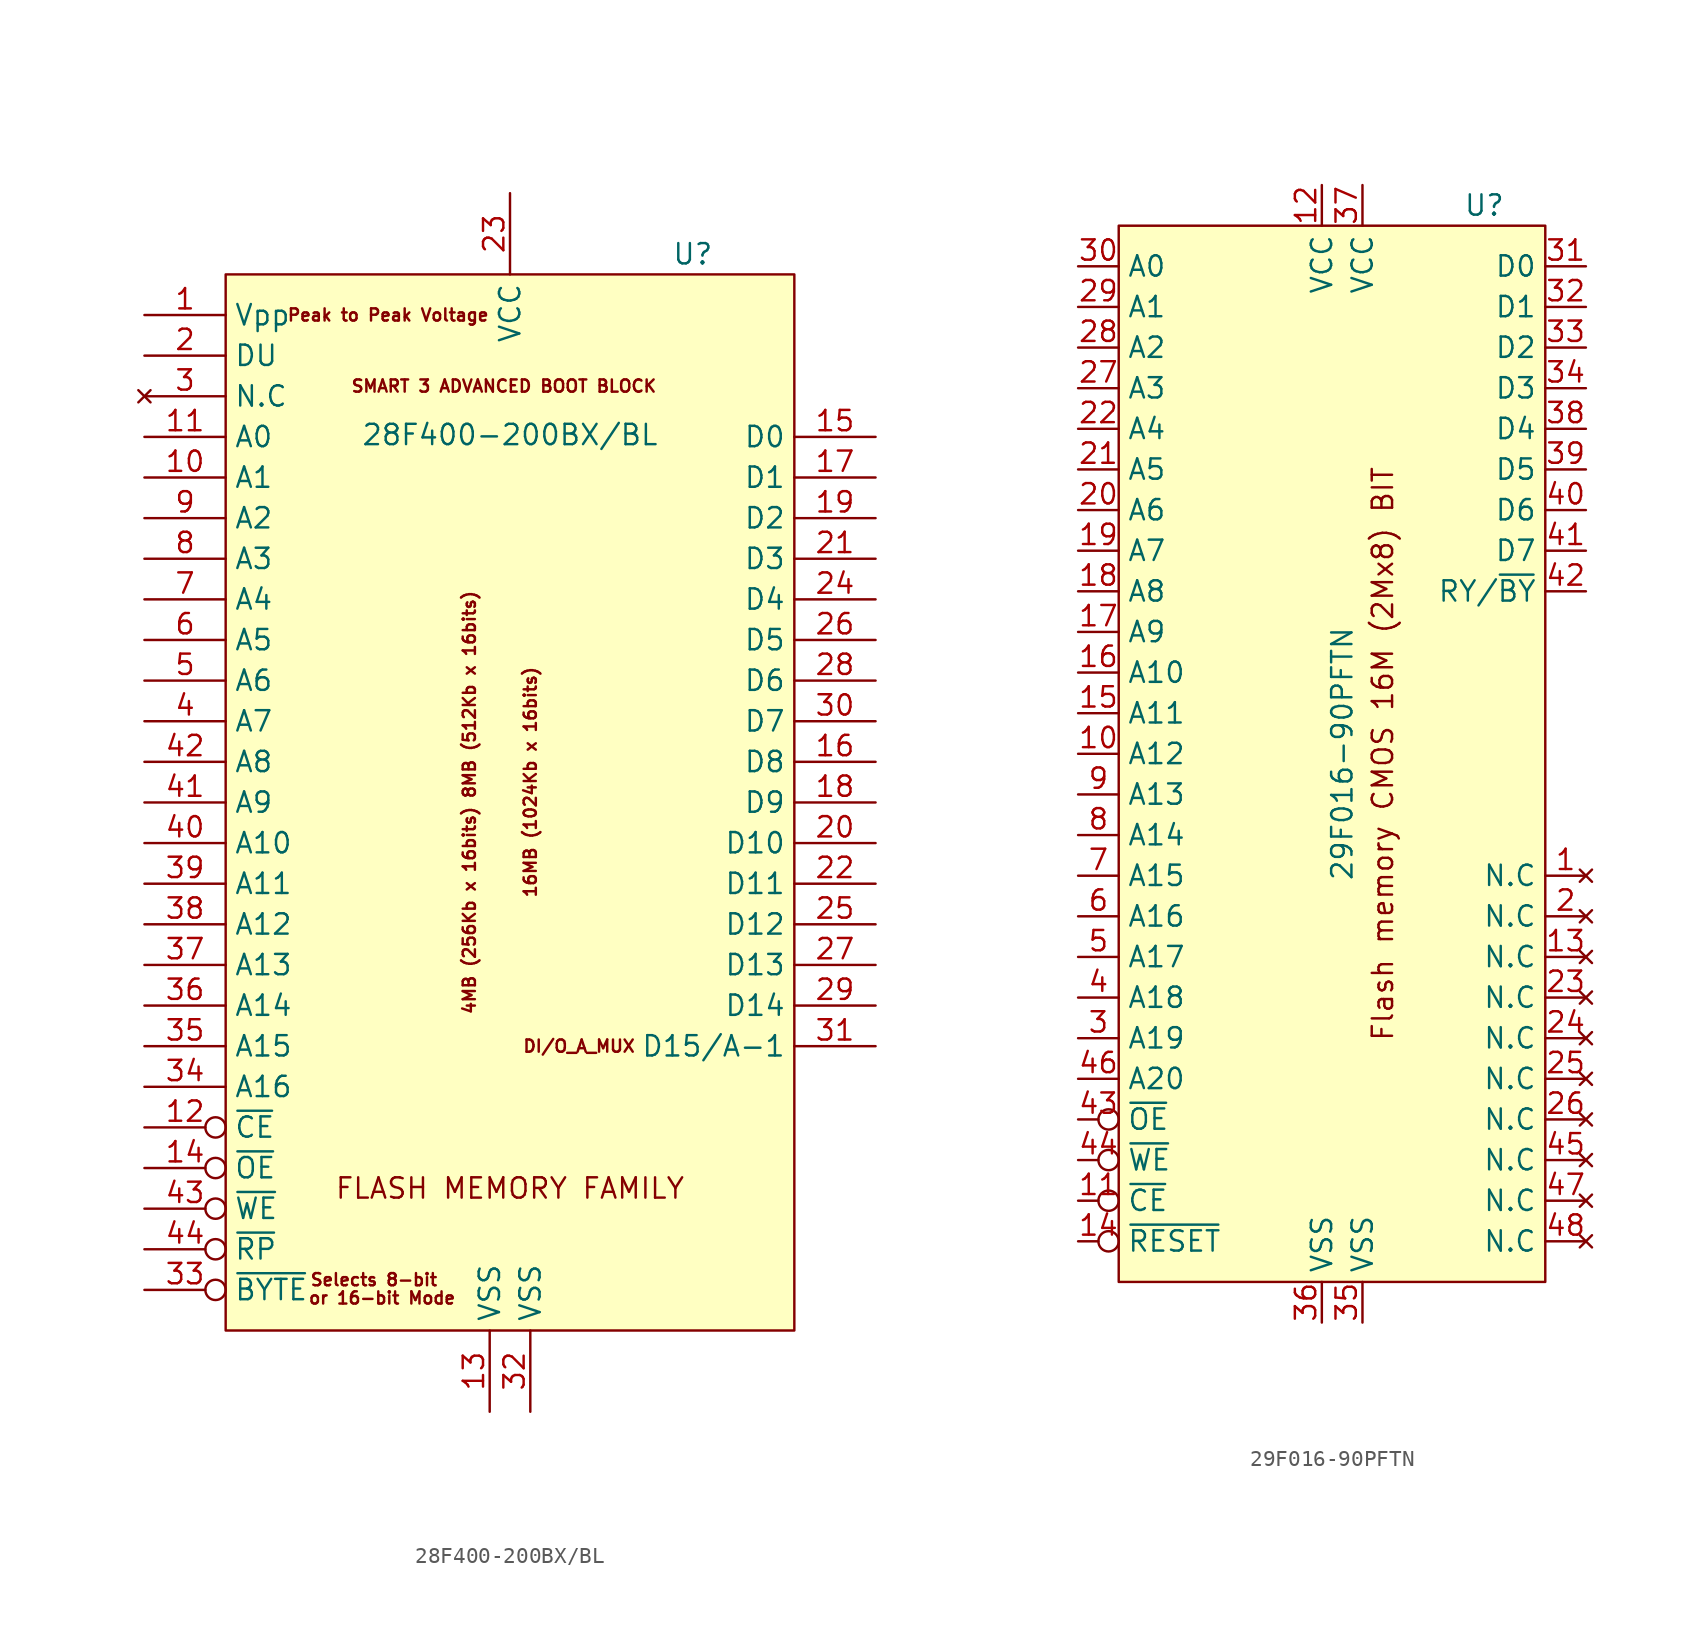
<source format=kicad_sym>
(kicad_symbol_lib
  (version 20231120)
  (generator "kicad_symbol_editor")
  (generator_version "8.0")
  (symbol "28F400-200BX/BL"
    (property "Reference" "U"
      (at 11.43 36.83 0)
      (effects (font (size 1.27 1.27))))
    (property "Value" "28F400-200BX{slash}BL"
      (at 0 25.527 0)
      (effects (font (size 1.27 1.27))))
    (symbol "28F400-200BX/BL_0_0"
      (rectangle (start -17.78 35.56) (end 17.78 -30.48) (stroke (width 0.152) (type default)) (fill (type background)))
      (text "16MB (1024Kb x 16bits)" (at 1.27 3.81 900) (effects (font (size 0.762 0.762))))
      (text "4MB (256Kb x 16bits) 8MB (512Kb x 16bits)" (at -2.54 2.54 900) (effects (font (size 0.762 0.762))))
      (text "DI/O_A_MUX" (at 4.318 -12.7 0) (effects (font (size 0.762 0.762))))
      (text "FLASH MEMORY FAMILY" (at 0 -21.59 0) (effects (font (size 1.27 1.27))))
      (text "or 16-bit Mode" (at -8.001 -28.448 0) (effects (font (size 0.762 0.762))))
      (text "Peak to Peak Voltage" (at -7.62 33.02 0) (effects (font (size 0.762 0.762))))
      (text "Selects 8-bit" (at -8.509 -27.305 0) (effects (font (size 0.762 0.762))))
      (text "SMART 3 ADVANCED BOOT BLOCK" (at -0.381 28.575 0) (effects (font (size 0.762 0.762)))))
    (symbol "28F400-200BX/BL_1_1"
      (pin power_in line (at -22.86 33.02 0) (length 5.08) (name "Vpp" (effects (font (size 1.27 1.27)))) (number "1" (effects (font (size 1.27 1.27)))))
      (pin input line (at -22.86 22.86 0) (length 5.08) (name "A1" (effects (font (size 1.27 1.27)))) (number "10" (effects (font (size 1.27 1.27)))))
      (pin input line (at -22.86 25.4 0) (length 5.08) (name "A0" (effects (font (size 1.27 1.27)))) (number "11" (effects (font (size 1.27 1.27)))))
      (pin input inverted (at -22.86 -17.78 0) (length 5.08) (name "~{CE}" (effects (font (size 1.27 1.27)))) (number "12" (effects (font (size 1.27 1.27)))))
      (pin power_in line (at -1.27 -35.56 90) (length 5.08) (name "VSS" (effects (font (size 1.27 1.27)))) (number "13" (effects (font (size 1.27 1.27)))))
      (pin input inverted (at -22.86 -20.32 0) (length 5.08) (name "~{OE}" (effects (font (size 1.27 1.27)))) (number "14" (effects (font (size 1.27 1.27)))))
      (pin output line (at 22.86 25.4 180) (length 5.08) (name "D0" (effects (font (size 1.27 1.27)))) (number "15" (effects (font (size 1.27 1.27)))))
      (pin output line (at 22.86 5.08 180) (length 5.08) (name "D8" (effects (font (size 1.27 1.27)))) (number "16" (effects (font (size 1.27 1.27)))))
      (pin output line (at 22.86 22.86 180) (length 5.08) (name "D1" (effects (font (size 1.27 1.27)))) (number "17" (effects (font (size 1.27 1.27)))))
      (pin output line (at 22.86 2.54 180) (length 5.08) (name "D9" (effects (font (size 1.27 1.27)))) (number "18" (effects (font (size 1.27 1.27)))))
      (pin output line (at 22.86 20.32 180) (length 5.08) (name "D2" (effects (font (size 1.27 1.27)))) (number "19" (effects (font (size 1.27 1.27)))))
      (pin input line (at -22.86 30.48 0) (length 5.08) (name "DU" (effects (font (size 1.27 1.27)))) (number "2" (effects (font (size 1.27 1.27)))))
      (pin output line (at 22.86 0 180) (length 5.08) (name "D10" (effects (font (size 1.27 1.27)))) (number "20" (effects (font (size 1.27 1.27)))))
      (pin output line (at 22.86 17.78 180) (length 5.08) (name "D3" (effects (font (size 1.27 1.27)))) (number "21" (effects (font (size 1.27 1.27)))))
      (pin output line (at 22.86 -2.54 180) (length 5.08) (name "D11" (effects (font (size 1.27 1.27)))) (number "22" (effects (font (size 1.27 1.27)))))
      (pin power_in line (at 0 40.64 270) (length 5.08) (name "VCC" (effects (font (size 1.27 1.27)))) (number "23" (effects (font (size 1.27 1.27)))))
      (pin output line (at 22.86 15.24 180) (length 5.08) (name "D4" (effects (font (size 1.27 1.27)))) (number "24" (effects (font (size 1.27 1.27)))))
      (pin output line (at 22.86 -5.08 180) (length 5.08) (name "D12" (effects (font (size 1.27 1.27)))) (number "25" (effects (font (size 1.27 1.27)))))
      (pin output line (at 22.86 12.7 180) (length 5.08) (name "D5" (effects (font (size 1.27 1.27)))) (number "26" (effects (font (size 1.27 1.27)))))
      (pin output line (at 22.86 -7.62 180) (length 5.08) (name "D13" (effects (font (size 1.27 1.27)))) (number "27" (effects (font (size 1.27 1.27)))))
      (pin output line (at 22.86 10.16 180) (length 5.08) (name "D6" (effects (font (size 1.27 1.27)))) (number "28" (effects (font (size 1.27 1.27)))))
      (pin output line (at 22.86 -10.16 180) (length 5.08) (name "D14" (effects (font (size 1.27 1.27)))) (number "29" (effects (font (size 1.27 1.27)))))
      (pin no_connect line (at -22.86 27.94 0) (length 5.08) (name "N.C" (effects (font (size 1.27 1.27)))) (number "3" (effects (font (size 1.27 1.27)))))
      (pin output line (at 22.86 7.62 180) (length 5.08) (name "D7" (effects (font (size 1.27 1.27)))) (number "30" (effects (font (size 1.27 1.27)))))
      (pin output line (at 22.86 -12.7 180) (length 5.08) (name "D15/A-1" (effects (font (size 1.27 1.27)))) (number "31" (effects (font (size 1.27 1.27)))))
      (pin power_in line (at 1.27 -35.56 90) (length 5.08) (name "VSS" (effects (font (size 1.27 1.27)))) (number "32" (effects (font (size 1.27 1.27)))))
      (pin input inverted (at -22.86 -27.94 0) (length 5.08) (name "~{BYTE}" (effects (font (size 1.27 1.27)))) (number "33" (effects (font (size 1.27 1.27)))))
      (pin input line (at -22.86 -15.24 0) (length 5.08) (name "A16" (effects (font (size 1.27 1.27)))) (number "34" (effects (font (size 1.27 1.27)))))
      (pin input line (at -22.86 -12.7 0) (length 5.08) (name "A15" (effects (font (size 1.27 1.27)))) (number "35" (effects (font (size 1.27 1.27)))))
      (pin input line (at -22.86 -10.16 0) (length 5.08) (name "A14" (effects (font (size 1.27 1.27)))) (number "36" (effects (font (size 1.27 1.27)))))
      (pin input line (at -22.86 -7.62 0) (length 5.08) (name "A13" (effects (font (size 1.27 1.27)))) (number "37" (effects (font (size 1.27 1.27)))))
      (pin input line (at -22.86 -5.08 0) (length 5.08) (name "A12" (effects (font (size 1.27 1.27)))) (number "38" (effects (font (size 1.27 1.27)))))
      (pin input line (at -22.86 -2.54 0) (length 5.08) (name "A11" (effects (font (size 1.27 1.27)))) (number "39" (effects (font (size 1.27 1.27)))))
      (pin input line (at -22.86 7.62 0) (length 5.08) (name "A7" (effects (font (size 1.27 1.27)))) (number "4" (effects (font (size 1.27 1.27)))))
      (pin input line (at -22.86 0 0) (length 5.08) (name "A10" (effects (font (size 1.27 1.27)))) (number "40" (effects (font (size 1.27 1.27)))))
      (pin input line (at -22.86 2.54 0) (length 5.08) (name "A9" (effects (font (size 1.27 1.27)))) (number "41" (effects (font (size 1.27 1.27)))))
      (pin input line (at -22.86 5.08 0) (length 5.08) (name "A8" (effects (font (size 1.27 1.27)))) (number "42" (effects (font (size 1.27 1.27)))))
      (pin input inverted (at -22.86 -22.86 0) (length 5.08) (name "~{WE}" (effects (font (size 1.27 1.27)))) (number "43" (effects (font (size 1.27 1.27)))))
      (pin input inverted (at -22.86 -25.4 0) (length 5.08) (name "~{RP}" (effects (font (size 1.27 1.27)))) (number "44" (effects (font (size 1.27 1.27)))))
      (pin input line (at -22.86 10.16 0) (length 5.08) (name "A6" (effects (font (size 1.27 1.27)))) (number "5" (effects (font (size 1.27 1.27)))))
      (pin input line (at -22.86 12.7 0) (length 5.08) (name "A5" (effects (font (size 1.27 1.27)))) (number "6" (effects (font (size 1.27 1.27)))))
      (pin input line (at -22.86 15.24 0) (length 5.08) (name "A4" (effects (font (size 1.27 1.27)))) (number "7" (effects (font (size 1.27 1.27)))))
      (pin input line (at -22.86 17.78 0) (length 5.08) (name "A3" (effects (font (size 1.27 1.27)))) (number "8" (effects (font (size 1.27 1.27)))))
      (pin input line (at -22.86 20.32 0) (length 5.08) (name "A2" (effects (font (size 1.27 1.27)))) (number "9" (effects (font (size 1.27 1.27)))))))
  (symbol "29F016-90PFTN"
    (property "Reference" "U"
      (at 8.89 34.29 0)
      (effects (font (size 1.27 1.27))))
    (property "Value" "29F016-90PFTN"
      (at 0 0 90)
      (effects (font (size 1.27 1.27))))
    (symbol "29F016-90PFTN_0_0"
      (text "Flash memory CMOS 16M (2Mx8) BIT" (at 2.54 0 900) (effects (font (size 1.27 1.27)))))
    (symbol "29F016-90PFTN_0_1"
      (rectangle (start -13.97 33.02) (end 12.7 -33.02) (stroke (width 0.152) (type default)) (fill (type background))))
    (symbol "29F016-90PFTN_1_1"
      (pin no_connect line (at 15.24 -7.62 180) (length 2.54) (name "N.C" (effects (font (size 1.27 1.27)))) (number "1" (effects (font (size 1.27 1.27)))))
      (pin input line (at -16.51 0 0) (length 2.54) (name "A12" (effects (font (size 1.27 1.27)))) (number "10" (effects (font (size 1.27 1.27)))))
      (pin input inverted (at -16.51 -27.94 0) (length 2.54) (name "~{CE}" (effects (font (size 1.27 1.27)))) (number "11" (effects (font (size 1.27 1.27)))))
      (pin power_in line (at -1.27 35.56 270) (length 2.54) (name "VCC" (effects (font (size 1.27 1.27)))) (number "12" (effects (font (size 1.27 1.27)))))
      (pin no_connect line (at 15.24 -12.7 180) (length 2.54) (name "N.C" (effects (font (size 1.27 1.27)))) (number "13" (effects (font (size 1.27 1.27)))))
      (pin input inverted (at -16.51 -30.48 0) (length 2.54) (name "~{RESET}" (effects (font (size 1.27 1.27)))) (number "14" (effects (font (size 1.27 1.27)))))
      (pin input line (at -16.51 2.54 0) (length 2.54) (name "A11" (effects (font (size 1.27 1.27)))) (number "15" (effects (font (size 1.27 1.27)))))
      (pin input line (at -16.51 5.08 0) (length 2.54) (name "A10" (effects (font (size 1.27 1.27)))) (number "16" (effects (font (size 1.27 1.27)))))
      (pin input line (at -16.51 7.62 0) (length 2.54) (name "A9" (effects (font (size 1.27 1.27)))) (number "17" (effects (font (size 1.27 1.27)))))
      (pin input line (at -16.51 10.16 0) (length 2.54) (name "A8" (effects (font (size 1.27 1.27)))) (number "18" (effects (font (size 1.27 1.27)))))
      (pin input line (at -16.51 12.7 0) (length 2.54) (name "A7" (effects (font (size 1.27 1.27)))) (number "19" (effects (font (size 1.27 1.27)))))
      (pin no_connect line (at 15.24 -10.16 180) (length 2.54) (name "N.C" (effects (font (size 1.27 1.27)))) (number "2" (effects (font (size 1.27 1.27)))))
      (pin input line (at -16.51 15.24 0) (length 2.54) (name "A6" (effects (font (size 1.27 1.27)))) (number "20" (effects (font (size 1.27 1.27)))))
      (pin input line (at -16.51 17.78 0) (length 2.54) (name "A5" (effects (font (size 1.27 1.27)))) (number "21" (effects (font (size 1.27 1.27)))))
      (pin input line (at -16.51 20.32 0) (length 2.54) (name "A4" (effects (font (size 1.27 1.27)))) (number "22" (effects (font (size 1.27 1.27)))))
      (pin no_connect line (at 15.24 -15.24 180) (length 2.54) (name "N.C" (effects (font (size 1.27 1.27)))) (number "23" (effects (font (size 1.27 1.27)))))
      (pin no_connect line (at 15.24 -17.78 180) (length 2.54) (name "N.C" (effects (font (size 1.27 1.27)))) (number "24" (effects (font (size 1.27 1.27)))))
      (pin no_connect line (at 15.24 -20.32 180) (length 2.54) (name "N.C" (effects (font (size 1.27 1.27)))) (number "25" (effects (font (size 1.27 1.27)))))
      (pin no_connect line (at 15.24 -22.86 180) (length 2.54) (name "N.C" (effects (font (size 1.27 1.27)))) (number "26" (effects (font (size 1.27 1.27)))))
      (pin input line (at -16.51 22.86 0) (length 2.54) (name "A3" (effects (font (size 1.27 1.27)))) (number "27" (effects (font (size 1.27 1.27)))))
      (pin input line (at -16.51 25.4 0) (length 2.54) (name "A2" (effects (font (size 1.27 1.27)))) (number "28" (effects (font (size 1.27 1.27)))))
      (pin input line (at -16.51 27.94 0) (length 2.54) (name "A1" (effects (font (size 1.27 1.27)))) (number "29" (effects (font (size 1.27 1.27)))))
      (pin input line (at -16.51 -17.78 0) (length 2.54) (name "A19" (effects (font (size 1.27 1.27)))) (number "3" (effects (font (size 1.27 1.27)))))
      (pin input line (at -16.51 30.48 0) (length 2.54) (name "A0" (effects (font (size 1.27 1.27)))) (number "30" (effects (font (size 1.27 1.27)))))
      (pin bidirectional line (at 15.24 30.48 180) (length 2.54) (name "D0" (effects (font (size 1.27 1.27)))) (number "31" (effects (font (size 1.27 1.27)))))
      (pin bidirectional line (at 15.24 27.94 180) (length 2.54) (name "D1" (effects (font (size 1.27 1.27)))) (number "32" (effects (font (size 1.27 1.27)))))
      (pin bidirectional line (at 15.24 25.4 180) (length 2.54) (name "D2" (effects (font (size 1.27 1.27)))) (number "33" (effects (font (size 1.27 1.27)))))
      (pin bidirectional line (at 15.24 22.86 180) (length 2.54) (name "D3" (effects (font (size 1.27 1.27)))) (number "34" (effects (font (size 1.27 1.27)))))
      (pin power_in line (at 1.27 -35.56 90) (length 2.54) (name "VSS" (effects (font (size 1.27 1.27)))) (number "35" (effects (font (size 1.27 1.27)))))
      (pin power_in line (at -1.27 -35.56 90) (length 2.54) (name "VSS" (effects (font (size 1.27 1.27)))) (number "36" (effects (font (size 1.27 1.27)))))
      (pin power_in line (at 1.27 35.56 270) (length 2.54) (name "VCC" (effects (font (size 1.27 1.27)))) (number "37" (effects (font (size 1.27 1.27)))))
      (pin bidirectional line (at 15.24 20.32 180) (length 2.54) (name "D4" (effects (font (size 1.27 1.27)))) (number "38" (effects (font (size 1.27 1.27)))))
      (pin bidirectional line (at 15.24 17.78 180) (length 2.54) (name "D5" (effects (font (size 1.27 1.27)))) (number "39" (effects (font (size 1.27 1.27)))))
      (pin input line (at -16.51 -15.24 0) (length 2.54) (name "A18" (effects (font (size 1.27 1.27)))) (number "4" (effects (font (size 1.27 1.27)))))
      (pin bidirectional line (at 15.24 15.24 180) (length 2.54) (name "D6" (effects (font (size 1.27 1.27)))) (number "40" (effects (font (size 1.27 1.27)))))
      (pin bidirectional line (at 15.24 12.7 180) (length 2.54) (name "D7" (effects (font (size 1.27 1.27)))) (number "41" (effects (font (size 1.27 1.27)))))
      (pin output line (at 15.24 10.16 180) (length 2.54) (name "RY/~{BY}" (effects (font (size 1.27 1.27)))) (number "42" (effects (font (size 1.27 1.27)))))
      (pin input inverted (at -16.51 -22.86 0) (length 2.54) (name "~{OE}" (effects (font (size 1.27 1.27)))) (number "43" (effects (font (size 1.27 1.27)))))
      (pin input inverted (at -16.51 -25.4 0) (length 2.54) (name "~{WE}" (effects (font (size 1.27 1.27)))) (number "44" (effects (font (size 1.27 1.27)))))
      (pin no_connect line (at 15.24 -25.4 180) (length 2.54) (name "N.C" (effects (font (size 1.27 1.27)))) (number "45" (effects (font (size 1.27 1.27)))))
      (pin input line (at -16.51 -20.32 0) (length 2.54) (name "A20" (effects (font (size 1.27 1.27)))) (number "46" (effects (font (size 1.27 1.27)))))
      (pin no_connect line (at 15.24 -27.94 180) (length 2.54) (name "N.C" (effects (font (size 1.27 1.27)))) (number "47" (effects (font (size 1.27 1.27)))))
      (pin no_connect line (at 15.24 -30.48 180) (length 2.54) (name "N.C" (effects (font (size 1.27 1.27)))) (number "48" (effects (font (size 1.27 1.27)))))
      (pin input line (at -16.51 -12.7 0) (length 2.54) (name "A17" (effects (font (size 1.27 1.27)))) (number "5" (effects (font (size 1.27 1.27)))))
      (pin input line (at -16.51 -10.16 0) (length 2.54) (name "A16" (effects (font (size 1.27 1.27)))) (number "6" (effects (font (size 1.27 1.27)))))
      (pin input line (at -16.51 -7.62 0) (length 2.54) (name "A15" (effects (font (size 1.27 1.27)))) (number "7" (effects (font (size 1.27 1.27)))))
      (pin input line (at -16.51 -5.08 0) (length 2.54) (name "A14" (effects (font (size 1.27 1.27)))) (number "8" (effects (font (size 1.27 1.27)))))
      (pin input line (at -16.51 -2.54 0) (length 2.54) (name "A13" (effects (font (size 1.27 1.27)))) (number "9" (effects (font (size 1.27 1.27))))))))
</source>
